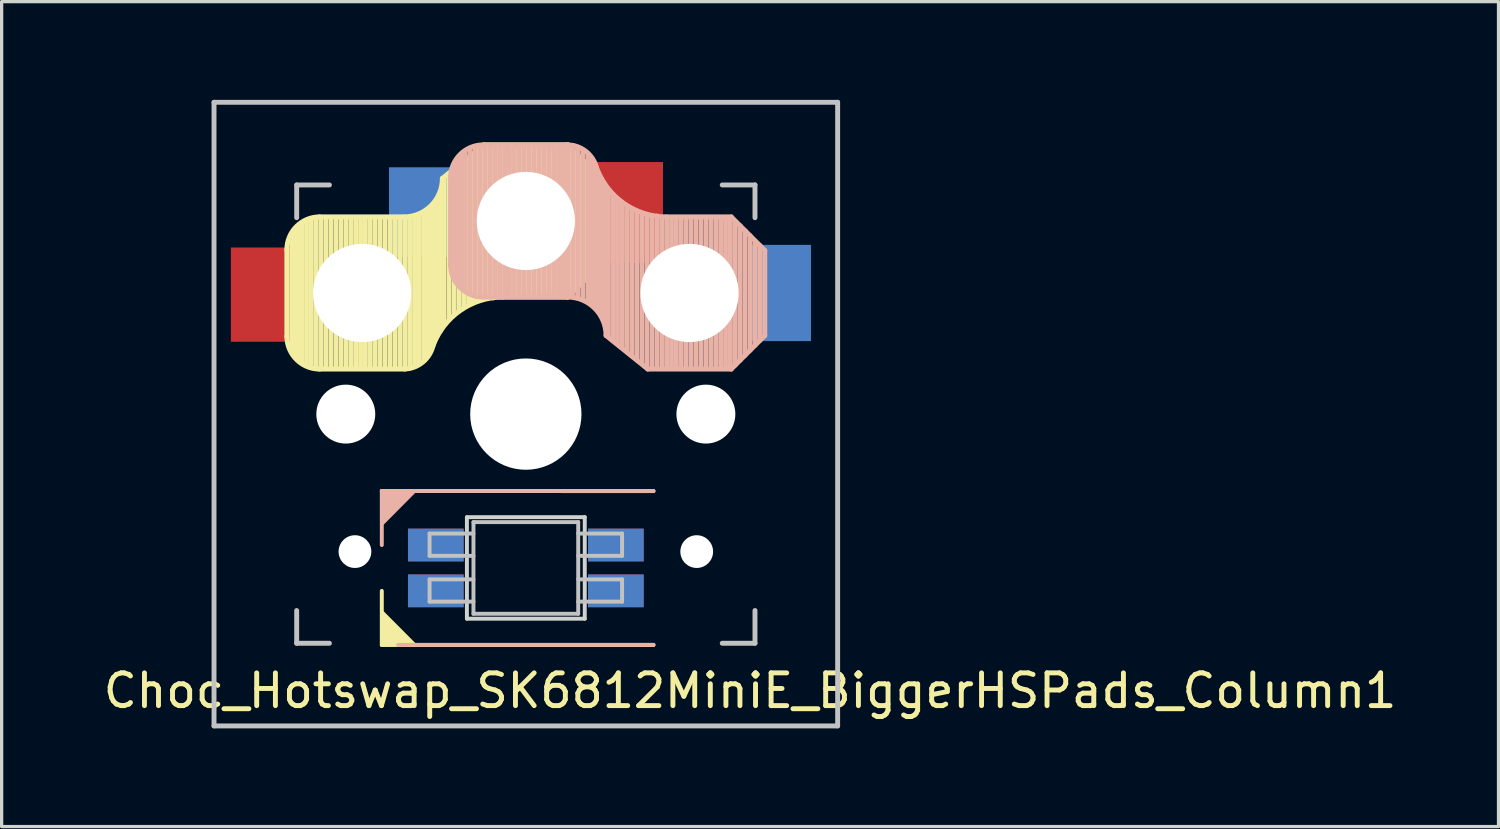
<source format=kicad_pcb>
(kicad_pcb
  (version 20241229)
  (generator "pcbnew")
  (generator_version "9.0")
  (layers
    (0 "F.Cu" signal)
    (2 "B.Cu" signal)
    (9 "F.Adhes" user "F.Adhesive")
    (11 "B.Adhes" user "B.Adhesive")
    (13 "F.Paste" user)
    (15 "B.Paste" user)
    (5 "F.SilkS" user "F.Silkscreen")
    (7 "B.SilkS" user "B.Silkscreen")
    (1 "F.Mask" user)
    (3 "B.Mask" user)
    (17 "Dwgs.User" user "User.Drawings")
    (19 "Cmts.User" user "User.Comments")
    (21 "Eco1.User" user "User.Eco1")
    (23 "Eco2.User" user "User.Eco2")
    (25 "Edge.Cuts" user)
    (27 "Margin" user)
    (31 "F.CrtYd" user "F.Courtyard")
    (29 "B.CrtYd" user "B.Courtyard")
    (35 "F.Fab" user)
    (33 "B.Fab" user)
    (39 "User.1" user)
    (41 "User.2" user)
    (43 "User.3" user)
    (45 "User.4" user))
  (footprint "Choc_Hotswap_SK6812MiniE_BiggerHSPads_Column1"
    (layer "F.Cu")
    (at 13.013 9.6)
    (property "Reference" "Choc_Hotswap_SK6812MiniE_BiggerHSPads_Column1" (at 6.85 8.45 0) (layer "F.SilkS") (effects (font (size 1 1) (thickness 0.15))))
    (attr through_hole)
    (fp_line (start -7.3 -5.025) (end -7.3 -2.375) (stroke (width 0.15) (type solid)) (layer "F.SilkS"))
    (fp_line (start -7.15 -1.95) (end -7.15 -5.5) (stroke (width 0.15) (type solid)) (layer "F.SilkS"))
    (fp_line (start -7.05 -1.8) (end -7.05 -5.55) (stroke (width 0.15) (type solid)) (layer "F.SilkS"))
    (fp_line (start -6.95 -1.7) (end -6.95 -5.65) (stroke (width 0.15) (type solid)) (layer "F.SilkS"))
    (fp_line (start -6.85 -1.6) (end -6.85 -5.8) (stroke (width 0.15) (type solid)) (layer "F.SilkS"))
    (fp_line (start -6.7 -1.5) (end -6.7 -5.9) (stroke (width 0.15) (type solid)) (layer "F.SilkS"))
    (fp_line (start -6.55 -1.45) (end -6.55 -5.95) (stroke (width 0.15) (type solid)) (layer "F.SilkS"))
    (fp_line (start -6.4 -1.4) (end -6.4 -5.95) (stroke (width 0.15) (type solid)) (layer "F.SilkS"))
    (fp_line (start -6.3 -6.025) (end -3.725 -6.025) (stroke (width 0.15) (type solid)) (layer "F.SilkS"))
    (fp_line (start -6.3 -1.375) (end -3.7 -1.375) (stroke (width 0.15) (type solid)) (layer "F.SilkS"))
    (fp_line (start -6.25 -1.4) (end -6.25 -6) (stroke (width 0.15) (type solid)) (layer "F.SilkS"))
    (fp_line (start -6.1 -1.4) (end -6.1 -6) (stroke (width 0.15) (type solid)) (layer "F.SilkS"))
    (fp_line (start -5.95 -1.4) (end -5.95 -6) (stroke (width 0.15) (type solid)) (layer "F.SilkS"))
    (fp_line (start -5.8 -1.4) (end -5.8 -6) (stroke (width 0.15) (type solid)) (layer "F.SilkS"))
    (fp_line (start -5.65 -1.4) (end -5.65 -6) (stroke (width 0.15) (type solid)) (layer "F.SilkS"))
    (fp_line (start -5.5 -1.4) (end -5.5 -6) (stroke (width 0.15) (type solid)) (layer "F.SilkS"))
    (fp_line (start -5.35 -1.4) (end -5.35 -6) (stroke (width 0.15) (type solid)) (layer "F.SilkS"))
    (fp_line (start -5.2 -1.4) (end -5.2 -6) (stroke (width 0.15) (type solid)) (layer "F.SilkS"))
    (fp_line (start -5.05 -1.4) (end -5.05 -6) (stroke (width 0.15) (type solid)) (layer "F.SilkS"))
    (fp_line (start -4.9 -1.4) (end -4.9 -6) (stroke (width 0.15) (type solid)) (layer "F.SilkS"))
    (fp_line (start -4.75 -1.4) (end -4.75 -6) (stroke (width 0.15) (type solid)) (layer "F.SilkS"))
    (fp_line (start -4.6 -1.4) (end -4.6 -6) (stroke (width 0.15) (type solid)) (layer "F.SilkS"))
    (fp_line (start -4.45 -1.4) (end -4.45 -6) (stroke (width 0.15) (type solid)) (layer "F.SilkS"))
    (fp_line (start -4.4 2.349) (end 3.9 2.352) (stroke (width 0.12) (type solid)) (layer "F.SilkS"))
    (fp_line (start -4.4 7.052) (end -4.4 5.401) (stroke (width 0.12) (type solid)) (layer "F.SilkS"))
    (fp_line (start -4.3 -1.4) (end -4.3 -6) (stroke (width 0.15) (type solid)) (layer "F.SilkS"))
    (fp_line (start -4.15 -1.4) (end -4.15 -6) (stroke (width 0.15) (type solid)) (layer "F.SilkS"))
    (fp_line (start -4 -1.4) (end -4 -6) (stroke (width 0.15) (type solid)) (layer "F.SilkS"))
    (fp_line (start -3.85 -1.4) (end -3.85 -5.95) (stroke (width 0.15) (type solid)) (layer "F.SilkS"))
    (fp_line (start -3.7 -1.4) (end -3.7 -6) (stroke (width 0.15) (type solid)) (layer "F.SilkS"))
    (fp_line (start -3.55 -1.4) (end -3.55 -6) (stroke (width 0.15) (type solid)) (layer "F.SilkS"))
    (fp_line (start -3.4 -1.45) (end -3.4 -6) (stroke (width 0.15) (type solid)) (layer "F.SilkS"))
    (fp_line (start -3.25 -1.55) (end -3.25 -6.1) (stroke (width 0.15) (type solid)) (layer "F.SilkS"))
    (fp_line (start -3.1 -1.65) (end -3.1 -6.15) (stroke (width 0.15) (type solid)) (layer "F.SilkS"))
    (fp_line (start -3 -1.8) (end -3 -6.2) (stroke (width 0.15) (type solid)) (layer "F.SilkS"))
    (fp_line (start -2.9 -2.05) (end -2.9 -6.25) (stroke (width 0.15) (type solid)) (layer "F.SilkS"))
    (fp_line (start -2.8 -2.2) (end -2.8 -6.35) (stroke (width 0.15) (type solid)) (layer "F.SilkS"))
    (fp_line (start -2.7 -2.4) (end -2.7 -6.55) (stroke (width 0.15) (type solid)) (layer "F.SilkS"))
    (fp_line (start -2.6 -2.55) (end -2.6 -6.7) (stroke (width 0.15) (type solid)) (layer "F.SilkS"))
    (fp_line (start -2.5 -2.75) (end -2.5 -7.2) (stroke (width 0.15) (type solid)) (layer "F.SilkS"))
    (fp_line (start -2.35 -2.9) (end -2.35 -7.35) (stroke (width 0.15) (type solid)) (layer "F.SilkS"))
    (fp_line (start -2.2 -3.05) (end -2.2 -7.45) (stroke (width 0.15) (type solid)) (layer "F.SilkS"))
    (fp_line (start -2.05 -3.15) (end -2.05 -7.55) (stroke (width 0.15) (type solid)) (layer "F.SilkS"))
    (fp_line (start -1.9 -3.25) (end -1.9 -7.7) (stroke (width 0.15) (type solid)) (layer "F.SilkS"))
    (fp_line (start -1.75 -3.35) (end -1.75 -7.8) (stroke (width 0.15) (type solid)) (layer "F.SilkS"))
    (fp_line (start -1.6 -3.4) (end -1.6 -7.95) (stroke (width 0.15) (type solid)) (layer "F.SilkS"))
    (fp_line (start -1.45 -3.5) (end -1.45 -8.05) (stroke (width 0.15) (type solid)) (layer "F.SilkS"))
    (fp_line (start -1.3 -3.55) (end -1.3 -8.15) (stroke (width 0.15) (type solid)) (layer "F.SilkS"))
    (fp_line (start -1.275 -8.225) (end -2.55 -7.2) (stroke (width 0.15) (type solid)) (layer "F.SilkS"))
    (fp_line (start -1.275 -8.225) (end 1.275 -8.225) (stroke (width 0.15) (type solid)) (layer "F.SilkS"))
    (fp_line (start -1.15 -3.55) (end -1.15 -8.2) (stroke (width 0.15) (type solid)) (layer "F.SilkS"))
    (fp_line (start -1 -3.55) (end -1 -8.2) (stroke (width 0.15) (type solid)) (layer "F.SilkS"))
    (fp_line (start -0.85 -3.6) (end -0.85 -8.15) (stroke (width 0.15) (type solid)) (layer "F.SilkS"))
    (fp_line (start -0.7 -3.6) (end -0.7 -8.2) (stroke (width 0.15) (type solid)) (layer "F.SilkS"))
    (fp_line (start -0.7 -3.575) (end 1.275 -3.575) (stroke (width 0.15) (type solid)) (layer "F.SilkS"))
    (fp_line (start -0.55 -3.6) (end -0.55 -8.2) (stroke (width 0.15) (type solid)) (layer "F.SilkS"))
    (fp_line (start -0.4 -3.6) (end -0.4 -8.2) (stroke (width 0.15) (type solid)) (layer "F.SilkS"))
    (fp_line (start -0.25 -3.6) (end -0.25 -8.2) (stroke (width 0.15) (type solid)) (layer "F.SilkS"))
    (fp_line (start -0.1 -3.6) (end -0.1 -8.2) (stroke (width 0.15) (type solid)) (layer "F.SilkS"))
    (fp_line (start 0.05 -3.6) (end 0.05 -8.2) (stroke (width 0.15) (type solid)) (layer "F.SilkS"))
    (fp_line (start 0.2 -3.6) (end 0.2 -8.2) (stroke (width 0.15) (type solid)) (layer "F.SilkS"))
    (fp_line (start 0.35 -3.6) (end 0.35 -8.2) (stroke (width 0.15) (type solid)) (layer "F.SilkS"))
    (fp_line (start 0.5 -3.6) (end 0.5 -8.2) (stroke (width 0.15) (type solid)) (layer "F.SilkS"))
    (fp_line (start 0.65 -3.6) (end 0.65 -8.2) (stroke (width 0.15) (type solid)) (layer "F.SilkS"))
    (fp_line (start 0.8 -3.6) (end 0.8 -8.2) (stroke (width 0.15) (type solid)) (layer "F.SilkS"))
    (fp_line (start 0.95 -3.6) (end 0.95 -8.2) (stroke (width 0.15) (type solid)) (layer "F.SilkS"))
    (fp_line (start 1.1 -3.6) (end 1.1 -8.2) (stroke (width 0.15) (type solid)) (layer "F.SilkS"))
    (fp_line (start 1.25 -3.6) (end 1.25 -8.2) (stroke (width 0.15) (type solid)) (layer "F.SilkS"))
    (fp_line (start 1.4 -3.75) (end 1.4 -8.1) (stroke (width 0.15) (type solid)) (layer "F.SilkS"))
    (fp_line (start 1.55 -3.85) (end 1.55 -7.95) (stroke (width 0.15) (type solid)) (layer "F.SilkS"))
    (fp_line (start 1.7 -4) (end 1.7 -7.8) (stroke (width 0.15) (type solid)) (layer "F.SilkS"))
    (fp_line (start 1.85 -4.15) (end 1.85 -7.65) (stroke (width 0.15) (type solid)) (layer "F.SilkS"))
    (fp_line (start 2 -4.35) (end 2 -7.5) (stroke (width 0.15) (type solid)) (layer "F.SilkS"))
    (fp_line (start 2.15 -4.45) (end 2.15 -7.35) (stroke (width 0.15) (type solid)) (layer "F.SilkS"))
    (fp_line (start 2.3 -7.2) (end 1.275 -8.225) (stroke (width 0.15) (type solid)) (layer "F.SilkS"))
    (fp_line (start 2.3 -7.2) (end 2.3 -4.6) (stroke (width 0.15) (type solid)) (layer "F.SilkS"))
    (fp_line (start 2.3 -4.6) (end 1.275 -3.575) (stroke (width 0.15) (type solid)) (layer "F.SilkS"))
    (fp_line (start 3.9 7.052) (end -4.4 7.052) (stroke (width 0.12) (type solid)) (layer "F.SilkS"))
    (fp_arc (start -7.3 -5.025) (mid -7.007107 -5.732107) (end -6.3 -6.025) (stroke (width 0.15) (type solid)) (layer "F.SilkS"))
    (fp_arc (start -6.3 -1.375) (mid -7.007107 -1.667893) (end -7.3 -2.375) (stroke (width 0.15) (type solid)) (layer "F.SilkS"))
    (fp_arc (start -2.837801 -2.078096) (mid -3.151716 -1.583979) (end -3.699005 -1.376209) (stroke (width 0.15) (type solid)) (layer "F.SilkS"))
    (fp_arc (start -2.837801 -2.078096) (mid -2.004887 -3.163571) (end -0.7 -3.575) (stroke (width 0.15) (type solid)) (layer "F.SilkS"))
    (fp_arc (start -2.55 -7.2) (mid -2.89415 -6.36915) (end -3.725 -6.025) (stroke (width 0.15) (type solid)) (layer "F.SilkS"))
    (fp_poly (pts (xy -3.392 7.049) (xy -4.4 7.052) (xy -4.4 6.036)) (stroke (width 0.1) (type solid)) (fill yes) (layer "F.SilkS"))
    (fp_line (start -4.4 2.349) (end -4.4 4) (stroke (width 0.12) (type solid)) (layer "B.SilkS"))
    (fp_line (start -3.9 7.049) (end 3.9 7.049) (stroke (width 0.12) (type solid)) (layer "B.SilkS"))
    (fp_line (start -2.3 -4.575) (end -2.3 -7.225) (stroke (width 0.15) (type solid)) (layer "B.SilkS"))
    (fp_line (start -2.15 -7.65) (end -2.15 -4.1) (stroke (width 0.15) (type solid)) (layer "B.SilkS"))
    (fp_line (start -2.05 -7.8) (end -2.05 -4.05) (stroke (width 0.15) (type solid)) (layer "B.SilkS"))
    (fp_line (start -1.95 -7.9) (end -1.95 -3.95) (stroke (width 0.15) (type solid)) (layer "B.SilkS"))
    (fp_line (start -1.85 -8) (end -1.85 -3.8) (stroke (width 0.15) (type solid)) (layer "B.SilkS"))
    (fp_line (start -1.7 -8.1) (end -1.7 -3.7) (stroke (width 0.15) (type solid)) (layer "B.SilkS"))
    (fp_line (start -1.55 -8.15) (end -1.55 -3.65) (stroke (width 0.15) (type solid)) (layer "B.SilkS"))
    (fp_line (start -1.4 -8.2) (end -1.4 -3.65) (stroke (width 0.15) (type solid)) (layer "B.SilkS"))
    (fp_line (start -1.3 -8.225) (end 1.3 -8.225) (stroke (width 0.15) (type solid)) (layer "B.SilkS"))
    (fp_line (start -1.3 -3.575) (end 1.275 -3.575) (stroke (width 0.15) (type solid)) (layer "B.SilkS"))
    (fp_line (start -1.25 -8.2) (end -1.25 -3.6) (stroke (width 0.15) (type solid)) (layer "B.SilkS"))
    (fp_line (start -1.1 -8.2) (end -1.1 -3.6) (stroke (width 0.15) (type solid)) (layer "B.SilkS"))
    (fp_line (start -0.95 -8.2) (end -0.95 -3.6) (stroke (width 0.15) (type solid)) (layer "B.SilkS"))
    (fp_line (start -0.8 -8.2) (end -0.8 -3.6) (stroke (width 0.15) (type solid)) (layer "B.SilkS"))
    (fp_line (start -0.65 -8.2) (end -0.65 -3.6) (stroke (width 0.15) (type solid)) (layer "B.SilkS"))
    (fp_line (start -0.5 -8.2) (end -0.5 -3.6) (stroke (width 0.15) (type solid)) (layer "B.SilkS"))
    (fp_line (start -0.35 -8.2) (end -0.35 -3.6) (stroke (width 0.15) (type solid)) (layer "B.SilkS"))
    (fp_line (start -0.2 -8.2) (end -0.2 -3.6) (stroke (width 0.15) (type solid)) (layer "B.SilkS"))
    (fp_line (start -0.05 -8.2) (end -0.05 -3.6) (stroke (width 0.15) (type solid)) (layer "B.SilkS"))
    (fp_line (start 0.1 -8.2) (end 0.1 -3.6) (stroke (width 0.15) (type solid)) (layer "B.SilkS"))
    (fp_line (start 0.25 -8.2) (end 0.25 -3.6) (stroke (width 0.15) (type solid)) (layer "B.SilkS"))
    (fp_line (start 0.4 -8.2) (end 0.4 -3.6) (stroke (width 0.15) (type solid)) (layer "B.SilkS"))
    (fp_line (start 0.55 -8.2) (end 0.55 -3.6) (stroke (width 0.15) (type solid)) (layer "B.SilkS"))
    (fp_line (start 0.7 -8.2) (end 0.7 -3.6) (stroke (width 0.15) (type solid)) (layer "B.SilkS"))
    (fp_line (start 0.85 -8.2) (end 0.85 -3.6) (stroke (width 0.15) (type solid)) (layer "B.SilkS"))
    (fp_line (start 1 -8.2) (end 1 -3.6) (stroke (width 0.15) (type solid)) (layer "B.SilkS"))
    (fp_line (start 1.15 -8.2) (end 1.15 -3.65) (stroke (width 0.15) (type solid)) (layer "B.SilkS"))
    (fp_line (start 1.3 -8.2) (end 1.3 -3.6) (stroke (width 0.15) (type solid)) (layer "B.SilkS"))
    (fp_line (start 1.45 -8.2) (end 1.45 -3.6) (stroke (width 0.15) (type solid)) (layer "B.SilkS"))
    (fp_line (start 1.6 -8.15) (end 1.6 -3.6) (stroke (width 0.15) (type solid)) (layer "B.SilkS"))
    (fp_line (start 1.75 -8.05) (end 1.75 -3.5) (stroke (width 0.15) (type solid)) (layer "B.SilkS"))
    (fp_line (start 1.9 -7.95) (end 1.9 -3.45) (stroke (width 0.15) (type solid)) (layer "B.SilkS"))
    (fp_line (start 2 -7.8) (end 2 -3.4) (stroke (width 0.15) (type solid)) (layer "B.SilkS"))
    (fp_line (start 2.1 -7.55) (end 2.1 -3.35) (stroke (width 0.15) (type solid)) (layer "B.SilkS"))
    (fp_line (start 2.2 -7.4) (end 2.2 -3.25) (stroke (width 0.15) (type solid)) (layer "B.SilkS"))
    (fp_line (start 2.3 -7.2) (end 2.3 -3.05) (stroke (width 0.15) (type solid)) (layer "B.SilkS"))
    (fp_line (start 2.4 -7.05) (end 2.4 -2.9) (stroke (width 0.15) (type solid)) (layer "B.SilkS"))
    (fp_line (start 2.5 -6.85) (end 2.5 -2.4) (stroke (width 0.15) (type solid)) (layer "B.SilkS"))
    (fp_line (start 2.65 -6.7) (end 2.65 -2.25) (stroke (width 0.15) (type solid)) (layer "B.SilkS"))
    (fp_line (start 2.8 -6.55) (end 2.8 -2.15) (stroke (width 0.15) (type solid)) (layer "B.SilkS"))
    (fp_line (start 2.95 -6.45) (end 2.95 -2.05) (stroke (width 0.15) (type solid)) (layer "B.SilkS"))
    (fp_line (start 3.1 -6.35) (end 3.1 -1.9) (stroke (width 0.15) (type solid)) (layer "B.SilkS"))
    (fp_line (start 3.25 -6.25) (end 3.25 -1.8) (stroke (width 0.15) (type solid)) (layer "B.SilkS"))
    (fp_line (start 3.4 -6.2) (end 3.4 -1.65) (stroke (width 0.15) (type solid)) (layer "B.SilkS"))
    (fp_line (start 3.55 -6.1) (end 3.55 -1.55) (stroke (width 0.15) (type solid)) (layer "B.SilkS"))
    (fp_line (start 3.7 -6.05) (end 3.7 -1.45) (stroke (width 0.15) (type solid)) (layer "B.SilkS"))
    (fp_line (start 3.725 -1.375) (end 2.45 -2.4) (stroke (width 0.15) (type solid)) (layer "B.SilkS"))
    (fp_line (start 3.725 -1.375) (end 6.275 -1.375) (stroke (width 0.15) (type solid)) (layer "B.SilkS"))
    (fp_line (start 3.85 -6.05) (end 3.85 -1.4) (stroke (width 0.15) (type solid)) (layer "B.SilkS"))
    (fp_line (start 3.9 2.349) (end -4.4 2.349) (stroke (width 0.12) (type solid)) (layer "B.SilkS"))
    (fp_line (start 4 -6.05) (end 4 -1.4) (stroke (width 0.15) (type solid)) (layer "B.SilkS"))
    (fp_line (start 4.15 -6) (end 4.15 -1.45) (stroke (width 0.15) (type solid)) (layer "B.SilkS"))
    (fp_line (start 4.3 -6.025) (end 6.275 -6.025) (stroke (width 0.15) (type solid)) (layer "B.SilkS"))
    (fp_line (start 4.3 -6) (end 4.3 -1.4) (stroke (width 0.15) (type solid)) (layer "B.SilkS"))
    (fp_line (start 4.45 -6) (end 4.45 -1.4) (stroke (width 0.15) (type solid)) (layer "B.SilkS"))
    (fp_line (start 4.6 -6) (end 4.6 -1.4) (stroke (width 0.15) (type solid)) (layer "B.SilkS"))
    (fp_line (start 4.75 -6) (end 4.75 -1.4) (stroke (width 0.15) (type solid)) (layer "B.SilkS"))
    (fp_line (start 4.9 -6) (end 4.9 -1.4) (stroke (width 0.15) (type solid)) (layer "B.SilkS"))
    (fp_line (start 5.05 -6) (end 5.05 -1.4) (stroke (width 0.15) (type solid)) (layer "B.SilkS"))
    (fp_line (start 5.2 -6) (end 5.2 -1.4) (stroke (width 0.15) (type solid)) (layer "B.SilkS"))
    (fp_line (start 5.35 -6) (end 5.35 -1.4) (stroke (width 0.15) (type solid)) (layer "B.SilkS"))
    (fp_line (start 5.5 -6) (end 5.5 -1.4) (stroke (width 0.15) (type solid)) (layer "B.SilkS"))
    (fp_line (start 5.65 -6) (end 5.65 -1.4) (stroke (width 0.15) (type solid)) (layer "B.SilkS"))
    (fp_line (start 5.8 -6) (end 5.8 -1.4) (stroke (width 0.15) (type solid)) (layer "B.SilkS"))
    (fp_line (start 5.95 -6) (end 5.95 -1.4) (stroke (width 0.15) (type solid)) (layer "B.SilkS"))
    (fp_line (start 6.1 -6) (end 6.1 -1.4) (stroke (width 0.15) (type solid)) (layer "B.SilkS"))
    (fp_line (start 6.25 -6) (end 6.25 -1.4) (stroke (width 0.15) (type solid)) (layer "B.SilkS"))
    (fp_line (start 6.4 -5.85) (end 6.4 -1.5) (stroke (width 0.15) (type solid)) (layer "B.SilkS"))
    (fp_line (start 6.55 -5.75) (end 6.55 -1.65) (stroke (width 0.15) (type solid)) (layer "B.SilkS"))
    (fp_line (start 6.7 -5.6) (end 6.7 -1.8) (stroke (width 0.15) (type solid)) (layer "B.SilkS"))
    (fp_line (start 6.85 -5.45) (end 6.85 -1.95) (stroke (width 0.15) (type solid)) (layer "B.SilkS"))
    (fp_line (start 7 -5.25) (end 7 -2.1) (stroke (width 0.15) (type solid)) (layer "B.SilkS"))
    (fp_line (start 7.15 -5.15) (end 7.15 -2.25) (stroke (width 0.15) (type solid)) (layer "B.SilkS"))
    (fp_line (start 7.3 -5) (end 6.275 -6.025) (stroke (width 0.15) (type solid)) (layer "B.SilkS"))
    (fp_line (start 7.3 -2.4) (end 6.275 -1.375) (stroke (width 0.15) (type solid)) (layer "B.SilkS"))
    (fp_line (start 7.3 -2.4) (end 7.3 -5) (stroke (width 0.15) (type solid)) (layer "B.SilkS"))
    (fp_arc (start -2.3 -7.225) (mid -2.007107 -7.932107) (end -1.3 -8.225) (stroke (width 0.15) (type solid)) (layer "B.SilkS"))
    (fp_arc (start -1.3 -3.575) (mid -2.007107 -3.867893) (end -2.3 -4.575) (stroke (width 0.15) (type solid)) (layer "B.SilkS"))
    (fp_arc (start 1.275 -3.575) (mid 2.10585 -3.23085) (end 2.45 -2.4) (stroke (width 0.15) (type solid)) (layer "B.SilkS"))
    (fp_arc (start 1.300995 -8.223791) (mid 1.848286 -8.016021) (end 2.162199 -7.521904) (stroke (width 0.15) (type solid)) (layer "B.SilkS"))
    (fp_arc (start 4.3 -6.025) (mid 2.995114 -6.436429) (end 2.162199 -7.521904) (stroke (width 0.15) (type solid)) (layer "B.SilkS"))
    (fp_poly (pts (xy -4.4 3.365) (xy -4.4 2.349) (xy -3.392 2.349)) (stroke (width 0.1) (type solid)) (fill yes) (layer "B.SilkS"))
    (fp_line (start -9.525 -9.525) (end 9.525 -9.525) (stroke (width 0.15) (type solid)) (layer "Dwgs.User"))
    (fp_line (start -9.525 9.525) (end -9.525 -9.525) (stroke (width 0.15) (type solid)) (layer "Dwgs.User"))
    (fp_line (start -7 -7) (end -7 -6) (stroke (width 0.15) (type solid)) (layer "Dwgs.User"))
    (fp_line (start -7 6) (end -7 7) (stroke (width 0.15) (type solid)) (layer "Dwgs.User"))
    (fp_line (start -7 7) (end -6 7) (stroke (width 0.15) (type solid)) (layer "Dwgs.User"))
    (fp_line (start -6 -7) (end -7 -7) (stroke (width 0.15) (type solid)) (layer "Dwgs.User"))
    (fp_line (start -2.94 3.649) (end -2.94 4.329) (stroke (width 0.12) (type solid)) (layer "Dwgs.User"))
    (fp_line (start -2.94 4.329) (end -1.6 4.329) (stroke (width 0.12) (type solid)) (layer "Dwgs.User"))
    (fp_line (start -2.94 5.049) (end -2.94 5.729) (stroke (width 0.12) (type solid)) (layer "Dwgs.User"))
    (fp_line (start -2.94 5.729) (end -1.6 5.729) (stroke (width 0.12) (type solid)) (layer "Dwgs.User"))
    (fp_line (start -1.6 3.299) (end -1.6 6.099) (stroke (width 0.12) (type solid)) (layer "Dwgs.User"))
    (fp_line (start -1.6 3.299) (end 1.6 3.299) (stroke (width 0.12) (type solid)) (layer "Dwgs.User"))
    (fp_line (start -1.6 3.649) (end -2.94 3.649) (stroke (width 0.12) (type solid)) (layer "Dwgs.User"))
    (fp_line (start -1.6 5.049) (end -2.94 5.049) (stroke (width 0.12) (type solid)) (layer "Dwgs.User"))
    (fp_line (start -1.6 6.099) (end 1.6 6.099) (stroke (width 0.12) (type solid)) (layer "Dwgs.User"))
    (fp_line (start 1.6 3.299) (end 1.6 6.099) (stroke (width 0.12) (type solid)) (layer "Dwgs.User"))
    (fp_line (start 1.6 4.329) (end 2.94 4.329) (stroke (width 0.12) (type solid)) (layer "Dwgs.User"))
    (fp_line (start 1.6 5.729) (end 2.94 5.729) (stroke (width 0.12) (type solid)) (layer "Dwgs.User"))
    (fp_line (start 2.94 3.649) (end 1.6 3.649) (stroke (width 0.12) (type solid)) (layer "Dwgs.User"))
    (fp_line (start 2.94 4.329) (end 2.94 3.649) (stroke (width 0.12) (type solid)) (layer "Dwgs.User"))
    (fp_line (start 2.94 5.049) (end 1.6 5.049) (stroke (width 0.12) (type solid)) (layer "Dwgs.User"))
    (fp_line (start 2.94 5.729) (end 2.94 5.049) (stroke (width 0.12) (type solid)) (layer "Dwgs.User"))
    (fp_line (start 6 -7) (end 7 -7) (stroke (width 0.15) (type solid)) (layer "Dwgs.User"))
    (fp_line (start 7 -7) (end 7 -6) (stroke (width 0.15) (type solid)) (layer "Dwgs.User"))
    (fp_line (start 7 6) (end 7 7) (stroke (width 0.15) (type solid)) (layer "Dwgs.User"))
    (fp_line (start 7 7) (end 6 7) (stroke (width 0.15) (type solid)) (layer "Dwgs.User"))
    (fp_line (start 9.525 -9.525) (end 9.525 9.525) (stroke (width 0.15) (type solid)) (layer "Dwgs.User"))
    (fp_line (start 9.525 9.525) (end -9.525 9.525) (stroke (width 0.15) (type solid)) (layer "Dwgs.User"))
    (fp_line (start -1.8 3.149) (end -1.8 6.249) (stroke (width 0.12) (type solid)) (layer "Edge.Cuts"))
    (fp_line (start -1.8 6.249) (end 1.8 6.249) (stroke (width 0.12) (type solid)) (layer "Edge.Cuts"))
    (fp_line (start 1.8 3.149) (end -1.8 3.149) (stroke (width 0.12) (type solid)) (layer "Edge.Cuts"))
    (fp_line (start 1.8 6.249) (end 1.8 3.149) (stroke (width 0.12) (type solid)) (layer "Edge.Cuts"))
    (pad "" np_thru_hole circle (at -5.5 0 270) (size 1.8 1.8) (drill 1.8) (layers "*.Cu" "*.Mask"))
    (pad "" np_thru_hole circle (at -5.22 4.2) (size 1 1) (drill 1) (layers "*.Cu" "*.Mask"))
    (pad "" np_thru_hole circle (at -5 -3.7 90) (size 3 3) (drill 3) (layers "*.Cu" "*.Mask"))
    (pad "" np_thru_hole circle (at 0 -5.9 270) (size 3 3) (drill 3) (layers "*.Cu" "*.Mask"))
    (pad "" np_thru_hole circle (at 0 0 270) (size 3.4 3.4) (drill 3.4) (layers "*.Cu" "*.Mask"))
    (pad "" np_thru_hole circle (at 5 -3.7 270) (size 3 3) (drill 3) (layers "*.Cu" "*.Mask"))
    (pad "" np_thru_hole circle (at 5.22 4.2) (size 1 1) (drill 1) (layers "*.Cu" "*.Mask"))
    (pad "" np_thru_hole circle (at 5.5 0 270) (size 1.8 1.8) (drill 1.8) (layers "*.Cu" "*.Mask"))
    (pad "1" smd rect (at 2.75 3.999) (size 1.7 1) (layers "F.Cu" "F.Mask" "F.Paste"))
    (pad "1" smd rect (at 2.75 5.399) (size 1.7 1) (layers "B.Cu" "B.Mask" "B.Paste"))
    (pad "2" smd rect (at 2.75 3.999) (size 1.7 1) (layers "B.Cu" "B.Mask" "B.Paste"))
    (pad "2" smd rect (at 2.75 5.399) (size 1.7 1) (layers "F.Cu" "F.Mask" "F.Paste"))
    (pad "3" smd rect (at -2.75 3.999) (size 1.7 1) (layers "B.Cu" "B.Mask" "B.Paste"))
    (pad "3" smd rect (at -2.75 5.399) (size 1.7 1) (layers "F.Cu" "F.Mask" "F.Paste"))
    (pad "4" smd rect (at -2.75 3.999) (size 1.7 1) (layers "F.Cu" "F.Mask" "F.Paste"))
    (pad "4" smd rect (at -2.75 5.399) (size 1.7 1) (layers "B.Cu" "B.Mask" "B.Paste"))
    (pad "5" smd rect (at -3.09 -6.17) (size 2.18 2.74) (layers "B.Cu" "B.Mask" "B.Paste"))
    (pad "5" smd rect (at 3.095 -6.16) (size 2.19 3.08) (layers "F.Cu" "F.Mask" "F.Paste"))
    (pad "6" smd rect (at -8.055 -3.65) (size 1.91 2.88) (layers "F.Cu" "F.Mask" "F.Paste"))
    (pad "6" smd rect (at 7.803 -3.7) (size 1.815 2.94) (layers "B.Cu" "B.Mask" "B.Paste")))
  (gr_rect
    (start -3 -3)
    (end 42.726 22.2)
    (stroke (width 0.1) (type default))
    (fill no)
    (layer "Edge.Cuts")))
</source>
